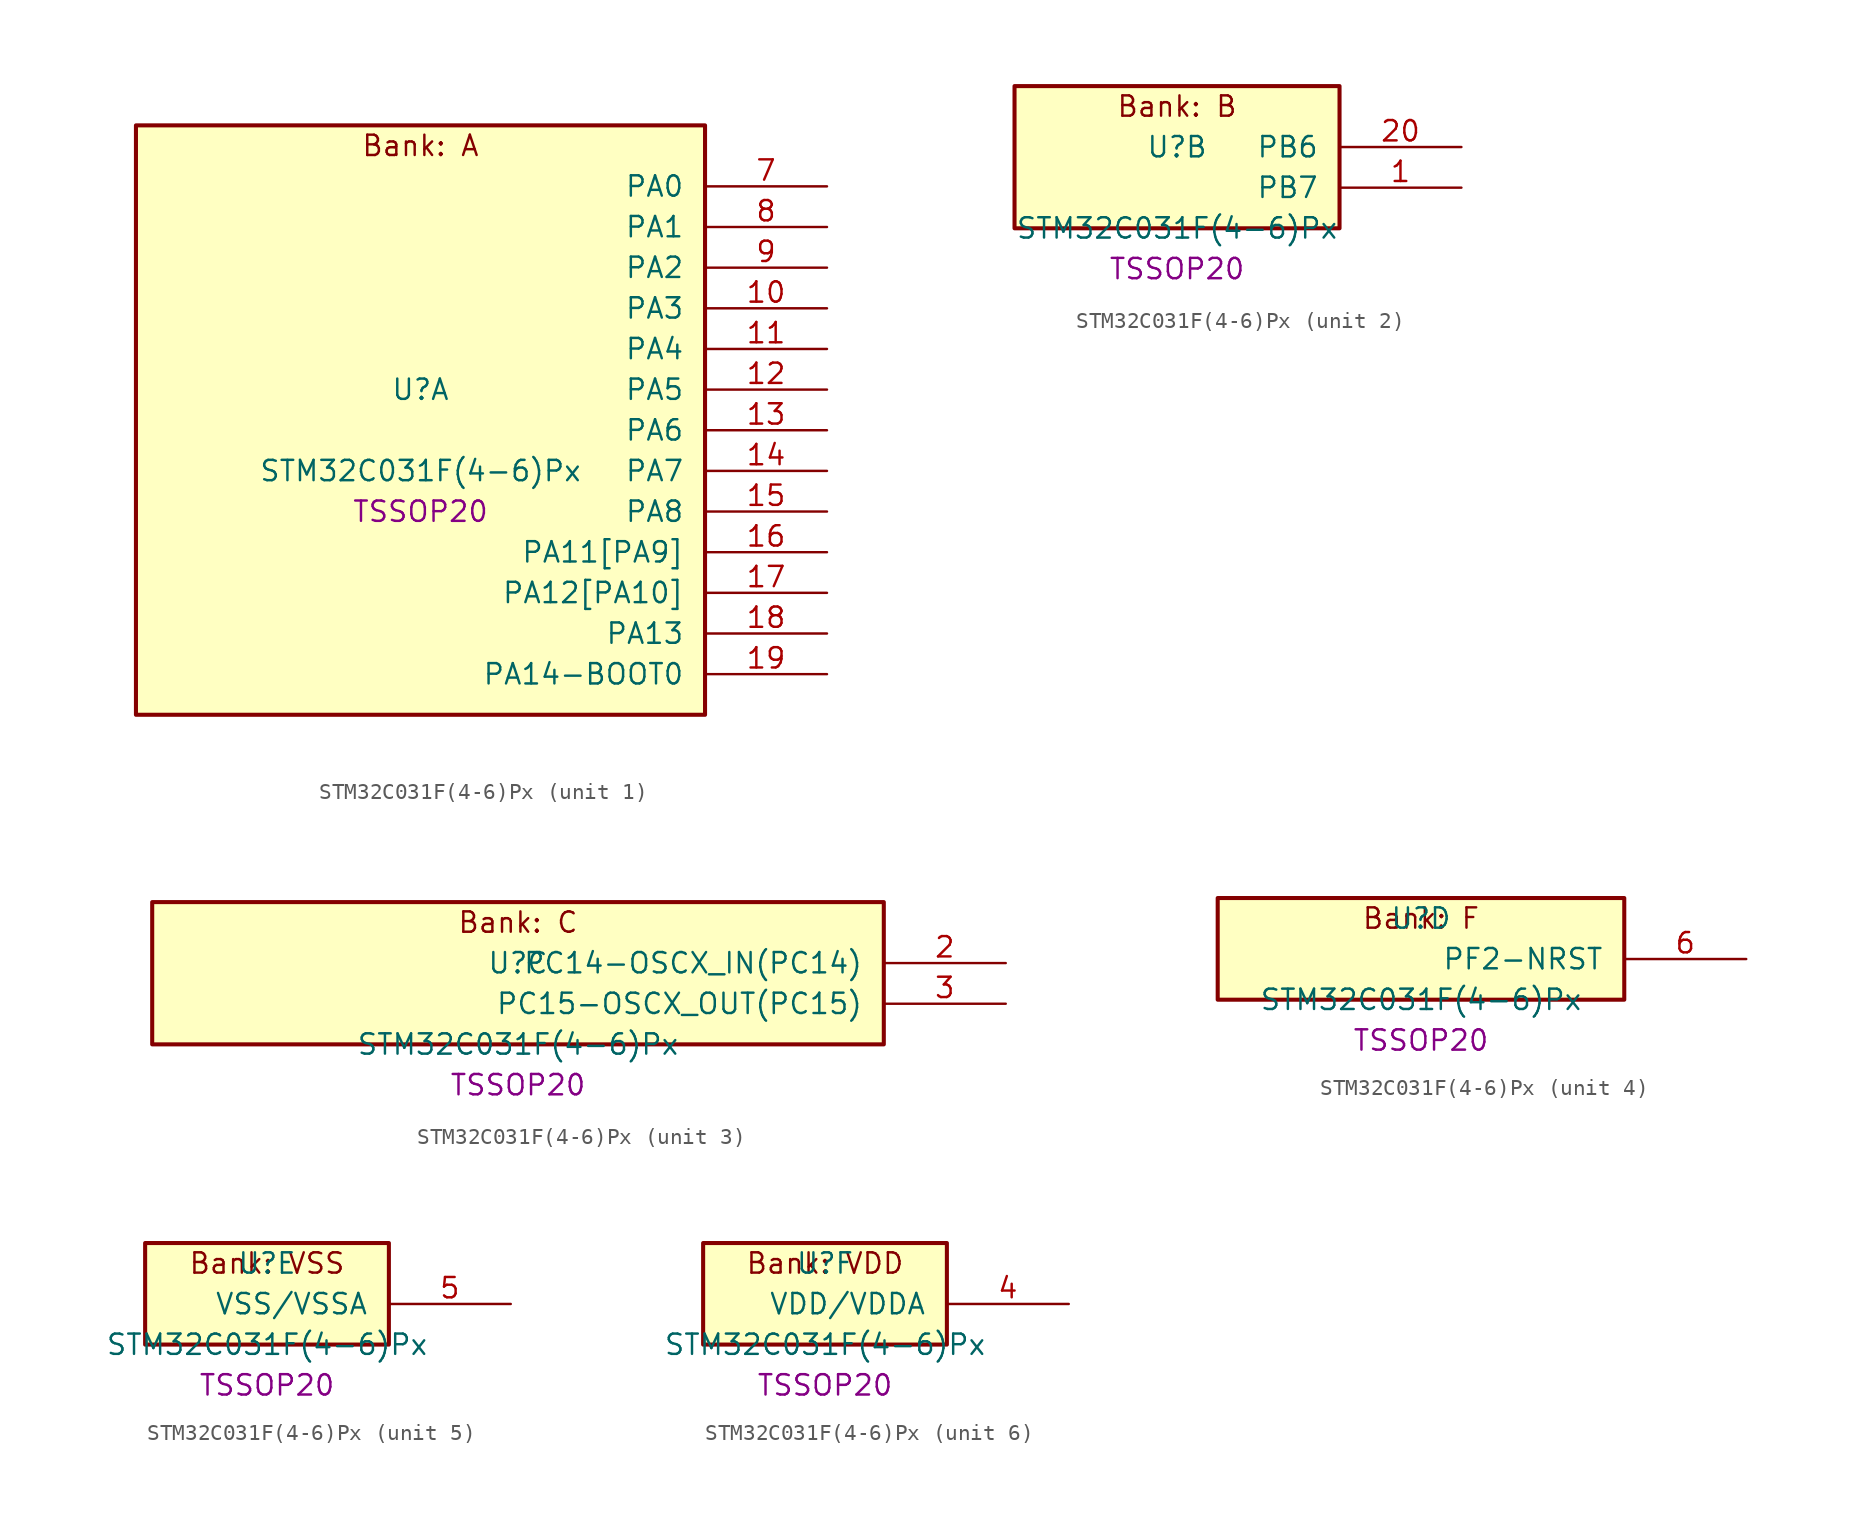
<source format=kicad_sym>
(kicad_symbol_lib
  (version 20241209)
  (generator "stm32_pkl_generator")
  (generator_version "1.0")
  (symbol "STM32C031F(4-6)Px"
    (pin_names
      (offset 1.27))
    (property "Reference" "U"
      (at 0 2.54 0))
    (property "Value" "STM32C031F(4-6)Px"
      (at 0 -2.54 0))
    (property "Footprint" "TSSOP20"
      (at 0 -5.08 0))
    (symbol "STM32C031F(4-6)Px_1_1"
      (rectangle (start -17.78 19.05) (end 17.78 -17.78) (stroke (width 0.254) (type solid)) (fill (type background)))
      (text "Bank: A" (at 0 17.78 0))
      (pin bidirectional line (at 25.4 15.24 180) (length 7.62) (name "PA0") (number "7") (alternate "PA0/ADC1_IN0" bidirectional line) (alternate "PA0/PWR_WKUP1" bidirectional line) (alternate "PA0/TIM16_CH1" bidirectional line) (alternate "PA0/TIM1_CH1" bidirectional line) (alternate "PA0/USART1_TX" bidirectional line) (alternate "PA0/USART2_CTS" bidirectional line) (alternate "PA0/USART2_NSS" bidirectional line))
      (pin bidirectional line (at 25.4 12.7 180) (length 7.62) (name "PA1") (number "8") (alternate "PA1/ADC1_IN1" bidirectional line) (alternate "PA1/I2C1_SMBA" bidirectional line) (alternate "PA1/I2S1_CK" bidirectional line) (alternate "PA1/SPI1_SCK" bidirectional line) (alternate "PA1/TIM17_CH1" bidirectional line) (alternate "PA1/TIM1_CH2" bidirectional line) (alternate "PA1/USART1_RX" bidirectional line) (alternate "PA1/USART2_CK" bidirectional line) (alternate "PA1/USART2_DE" bidirectional line) (alternate "PA1/USART2_RTS" bidirectional line))
      (pin bidirectional line (at 25.4 10.16 180) (length 7.62) (name "PA2") (number "9") (alternate "PA2/ADC1_IN2" bidirectional line) (alternate "PA2/I2S1_SD" bidirectional line) (alternate "PA2/PWR_WKUP4" bidirectional line) (alternate "PA2/RCC_LSCO" bidirectional line) (alternate "PA2/SPI1_MOSI" bidirectional line) (alternate "PA2/TIM16_CH1N" bidirectional line) (alternate "PA2/TIM1_CH3" bidirectional line) (alternate "PA2/TIM3_ETR" bidirectional line) (alternate "PA2/USART2_TX" bidirectional line))
      (pin bidirectional line (at 25.4 7.62 180) (length 7.62) (name "PA3") (number "10") (alternate "PA3/ADC1_IN3" bidirectional line) (alternate "PA3/TIM1_CH1N" bidirectional line) (alternate "PA3/TIM1_CH4" bidirectional line) (alternate "PA3/USART2_RX" bidirectional line))
      (pin bidirectional line (at 25.4 5.08 180) (length 7.62) (name "PA4") (number "11") (alternate "PA4/ADC1_IN4" bidirectional line) (alternate "PA4/I2S1_WS" bidirectional line) (alternate "PA4/PWR_WKUP2" bidirectional line) (alternate "PA4/RTC_OUT1" bidirectional line) (alternate "PA4/RTC_TS" bidirectional line) (alternate "PA4/SPI1_NSS" bidirectional line) (alternate "PA4/TIM14_CH1" bidirectional line) (alternate "PA4/TIM17_CH1N" bidirectional line) (alternate "PA4/TIM1_CH2N" bidirectional line) (alternate "PA4/USART2_TX" bidirectional line))
      (pin bidirectional line (at 25.4 2.54 180) (length 7.62) (name "PA5") (number "12") (alternate "PA5/ADC1_IN5" bidirectional line) (alternate "PA5/I2S1_CK" bidirectional line) (alternate "PA5/SPI1_SCK" bidirectional line) (alternate "PA5/TIM1_CH1" bidirectional line) (alternate "PA5/TIM1_CH3N" bidirectional line) (alternate "PA5/USART2_RX" bidirectional line))
      (pin bidirectional line (at 25.4 0 180) (length 7.62) (name "PA6") (number "13") (alternate "PA6/ADC1_IN6" bidirectional line) (alternate "PA6/I2S1_MCK" bidirectional line) (alternate "PA6/SPI1_MISO" bidirectional line) (alternate "PA6/TIM16_CH1" bidirectional line) (alternate "PA6/TIM1_BKIN" bidirectional line) (alternate "PA6/TIM3_CH1" bidirectional line))
      (pin bidirectional line (at 25.4 -2.54 180) (length 7.62) (name "PA7") (number "14") (alternate "PA7/ADC1_IN7" bidirectional line) (alternate "PA7/I2S1_SD" bidirectional line) (alternate "PA7/SPI1_MOSI" bidirectional line) (alternate "PA7/TIM14_CH1" bidirectional line) (alternate "PA7/TIM17_CH1" bidirectional line) (alternate "PA7/TIM1_CH1N" bidirectional line) (alternate "PA7/TIM3_CH2" bidirectional line))
      (pin bidirectional line (at 25.4 -5.08 180) (length 7.62) (name "PA8") (number "15") (alternate "PA8/ADC1_IN8" bidirectional line) (alternate "PA8/I2S1_WS" bidirectional line) (alternate "PA8/RCC_MCO" bidirectional line) (alternate "PA8/RCC_MCO_2" bidirectional line) (alternate "PA8/SPI1_NSS" bidirectional line) (alternate "PA8/TIM14_CH1" bidirectional line) (alternate "PA8/TIM1_CH1" bidirectional line) (alternate "PA8/TIM1_CH2N" bidirectional line) (alternate "PA8/TIM1_CH3N" bidirectional line) (alternate "PA8/TIM3_CH3" bidirectional line) (alternate "PA8/TIM3_CH4" bidirectional line) (alternate "PA8/USART1_RX" bidirectional line) (alternate "PA8/USART2_TX" bidirectional line))
      (pin bidirectional line (at 25.4 -7.62 180) (length 7.62) (name "PA11[PA9]") (number "16") (alternate "PA11[PA9]/ADC1_EXTI11" bidirectional line) (alternate "PA11[PA9]/ADC1_IN11" bidirectional line) (alternate "PA11[PA9]/I2S1_MCK" bidirectional line) (alternate "PA11[PA9]/SPI1_MISO" bidirectional line) (alternate "PA11[PA9]/TIM1_BKIN2" bidirectional line) (alternate "PA11[PA9]/TIM1_CH4" bidirectional line) (alternate "PA11[PA9]/USART1_CTS" bidirectional line) (alternate "PA11[PA9]/USART1_NSS" bidirectional line) (alternate "PA11[PA9]/PA9[PA11]" bidirectional line) (alternate "PA11[PA9]/I2C1_SCL" bidirectional line) (alternate "PA11[PA9]/RCC_MCO" bidirectional line) (alternate "PA11[PA9]/TIM1_CH2" bidirectional line) (alternate "PA11[PA9]/TIM3_ETR" bidirectional line) (alternate "PA11[PA9]/USART1_TX" bidirectional line))
      (pin bidirectional line (at 25.4 -10.16 180) (length 7.62) (name "PA12[PA10]") (number "17") (alternate "PA12[PA10]/ADC1_IN12" bidirectional line) (alternate "PA12[PA10]/I2S1_SD" bidirectional line) (alternate "PA12[PA10]/I2S_CKIN" bidirectional line) (alternate "PA12[PA10]/SPI1_MOSI" bidirectional line) (alternate "PA12[PA10]/TIM1_ETR" bidirectional line) (alternate "PA12[PA10]/USART1_CK" bidirectional line) (alternate "PA12[PA10]/USART1_DE" bidirectional line) (alternate "PA12[PA10]/USART1_RTS" bidirectional line) (alternate "PA12[PA10]/PA10[PA12]" bidirectional line) (alternate "PA12[PA10]/I2C1_SDA" bidirectional line) (alternate "PA12[PA10]/RCC_MCO_2" bidirectional line) (alternate "PA12[PA10]/TIM17_BKIN" bidirectional line) (alternate "PA12[PA10]/TIM1_CH3" bidirectional line) (alternate "PA12[PA10]/USART1_RX" bidirectional line))
      (pin bidirectional line (at 25.4 -12.7 180) (length 7.62) (name "PA13") (number "18") (alternate "PA13/ADC1_IN13" bidirectional line) (alternate "PA13/DEBUG_SWDIO" bidirectional line) (alternate "PA13/IR_OUT" bidirectional line) (alternate "PA13/TIM3_ETR" bidirectional line) (alternate "PA13/USART2_RX" bidirectional line))
      (pin bidirectional line (at 25.4 -15.24 180) (length 7.62) (name "PA14-BOOT0") (number "19") (alternate "PA14-BOOT0/ADC1_IN14" bidirectional line) (alternate "PA14-BOOT0/DEBUG_SWCLK" bidirectional line) (alternate "PA14-BOOT0/I2S1_WS" bidirectional line) (alternate "PA14-BOOT0/RCC_MCO_2" bidirectional line) (alternate "PA14-BOOT0/SPI1_NSS" bidirectional line) (alternate "PA14-BOOT0/TIM1_CH1" bidirectional line) (alternate "PA14-BOOT0/USART1_CK" bidirectional line) (alternate "PA14-BOOT0/USART1_DE" bidirectional line) (alternate "PA14-BOOT0/USART1_RTS" bidirectional line) (alternate "PA14-BOOT0/USART2_RX" bidirectional line) (alternate "PA14-BOOT0/USART2_TX" bidirectional line)))
    (symbol "STM32C031F(4-6)Px_2_1"
      (rectangle (start -10.16 6.35) (end 10.16 -2.54) (stroke (width 0.254) (type solid)) (fill (type background)))
      (text "Bank: B" (at 0 5.08 0))
      (pin bidirectional line (at 17.78 2.54 180) (length 7.62) (name "PB6") (number "20") (alternate "PB6/I2C1_SCL" bidirectional line) (alternate "PB6/I2C1_SMBA" bidirectional line) (alternate "PB6/I2S1_CK" bidirectional line) (alternate "PB6/I2S1_MCK" bidirectional line) (alternate "PB6/I2S1_SD" bidirectional line) (alternate "PB6/PWR_WKUP3" bidirectional line) (alternate "PB6/SPI1_MISO" bidirectional line) (alternate "PB6/SPI1_MOSI" bidirectional line) (alternate "PB6/SPI1_SCK" bidirectional line) (alternate "PB6/TIM16_BKIN" bidirectional line) (alternate "PB6/TIM16_CH1N" bidirectional line) (alternate "PB6/TIM17_BKIN" bidirectional line) (alternate "PB6/TIM1_CH2" bidirectional line) (alternate "PB6/TIM1_CH3" bidirectional line) (alternate "PB6/TIM3_CH1" bidirectional line) (alternate "PB6/TIM3_CH2" bidirectional line) (alternate "PB6/TIM3_CH3" bidirectional line) (alternate "PB6/USART1_CK" bidirectional line) (alternate "PB6/USART1_CTS" bidirectional line) (alternate "PB6/USART1_DE" bidirectional line) (alternate "PB6/USART1_NSS" bidirectional line) (alternate "PB6/USART1_RTS" bidirectional line) (alternate "PB6/USART1_TX" bidirectional line))
      (pin bidirectional line (at 17.78 0 180) (length 7.62) (name "PB7") (number "1") (alternate "PB7/I2C1_SCL" bidirectional line) (alternate "PB7/I2C1_SDA" bidirectional line) (alternate "PB7/RTC_REFIN" bidirectional line) (alternate "PB7/TIM16_CH1" bidirectional line) (alternate "PB7/TIM17_CH1N" bidirectional line) (alternate "PB7/TIM1_CH4" bidirectional line) (alternate "PB7/TIM3_CH1" bidirectional line) (alternate "PB7/TIM3_CH4" bidirectional line) (alternate "PB7/USART1_RX" bidirectional line) (alternate "PB7/USART2_CTS" bidirectional line) (alternate "PB7/USART2_NSS" bidirectional line)))
    (symbol "STM32C031F(4-6)Px_3_1"
      (rectangle (start -22.86 6.35) (end 22.86 -2.54) (stroke (width 0.254) (type solid)) (fill (type background)))
      (text "Bank: C" (at 0 5.08 0))
      (pin bidirectional line (at 30.48 2.54 180) (length 7.62) (name "PC14-OSCX_IN(PC14)") (number "2") (alternate "PC14-OSCX_IN(PC14)/I2C1_SDA" bidirectional line) (alternate "PC14-OSCX_IN(PC14)/IR_OUT" bidirectional line) (alternate "PC14-OSCX_IN(PC14)/RCC_OSCX_IN" bidirectional line) (alternate "PC14-OSCX_IN(PC14)/TIM17_CH1" bidirectional line) (alternate "PC14-OSCX_IN(PC14)/TIM1_BKIN2" bidirectional line) (alternate "PC14-OSCX_IN(PC14)/TIM1_ETR" bidirectional line) (alternate "PC14-OSCX_IN(PC14)/TIM3_CH2" bidirectional line) (alternate "PC14-OSCX_IN(PC14)/USART1_TX" bidirectional line) (alternate "PC14-OSCX_IN(PC14)/USART2_CK" bidirectional line) (alternate "PC14-OSCX_IN(PC14)/USART2_DE" bidirectional line) (alternate "PC14-OSCX_IN(PC14)/USART2_RTS" bidirectional line))
      (pin bidirectional line (at 30.48 0 180) (length 7.62) (name "PC15-OSCX_OUT(PC15)") (number "3") (alternate "PC15-OSCX_OUT(PC15)/RCC_OSC32_EN" bidirectional line) (alternate "PC15-OSCX_OUT(PC15)/RCC_OSCX_OUT" bidirectional line) (alternate "PC15-OSCX_OUT(PC15)/RCC_OSC_EN" bidirectional line) (alternate "PC15-OSCX_OUT(PC15)/TIM1_ETR" bidirectional line) (alternate "PC15-OSCX_OUT(PC15)/TIM3_CH3" bidirectional line)))
    (symbol "STM32C031F(4-6)Px_4_1"
      (rectangle (start -12.7 3.81) (end 12.7 -2.54) (stroke (width 0.254) (type solid)) (fill (type background)))
      (text "Bank: F" (at 0 2.54 0))
      (pin bidirectional line (at 20.32 0 180) (length 7.62) (name "PF2-NRST") (number "6") (alternate "PF2-NRST/RCC_MCO" bidirectional line) (alternate "PF2-NRST/TIM1_CH4" bidirectional line)))
    (symbol "STM32C031F(4-6)Px_5_1"
      (rectangle (start -7.62 3.81) (end 7.62 -2.54) (stroke (width 0.254) (type solid)) (fill (type background)))
      (text "Bank: VSS" (at 0 2.54 0))
      (pin power_in line (at 15.24 0 180) (length 7.62) (name "VSS/VSSA") (number "5")))
    (symbol "STM32C031F(4-6)Px_6_1"
      (rectangle (start -7.62 3.81) (end 7.62 -2.54) (stroke (width 0.254) (type solid)) (fill (type background)))
      (text "Bank: VDD" (at 0 2.54 0))
      (pin power_in line (at 15.24 0 180) (length 7.62) (name "VDD/VDDA") (number "4")))))
</source>
